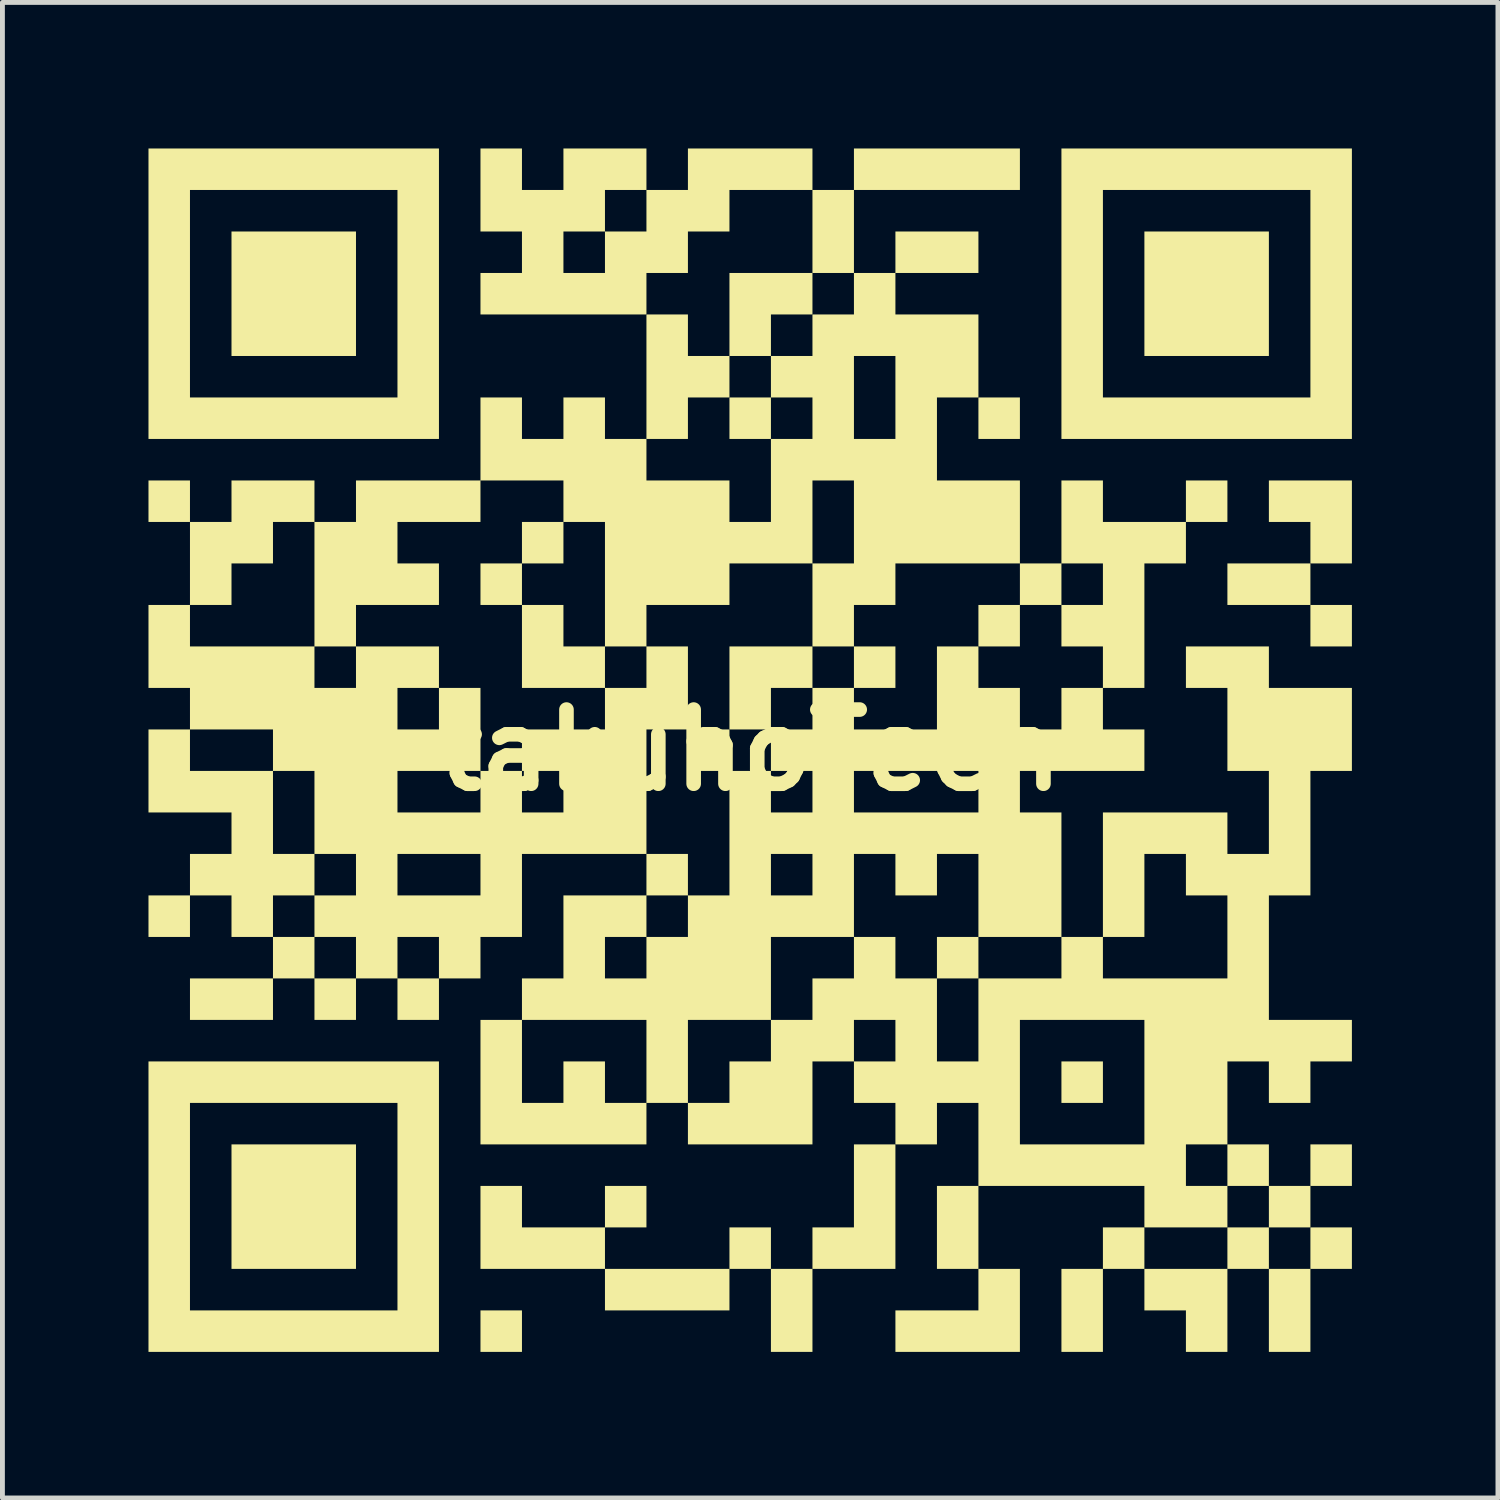
<source format=kicad_pcb>
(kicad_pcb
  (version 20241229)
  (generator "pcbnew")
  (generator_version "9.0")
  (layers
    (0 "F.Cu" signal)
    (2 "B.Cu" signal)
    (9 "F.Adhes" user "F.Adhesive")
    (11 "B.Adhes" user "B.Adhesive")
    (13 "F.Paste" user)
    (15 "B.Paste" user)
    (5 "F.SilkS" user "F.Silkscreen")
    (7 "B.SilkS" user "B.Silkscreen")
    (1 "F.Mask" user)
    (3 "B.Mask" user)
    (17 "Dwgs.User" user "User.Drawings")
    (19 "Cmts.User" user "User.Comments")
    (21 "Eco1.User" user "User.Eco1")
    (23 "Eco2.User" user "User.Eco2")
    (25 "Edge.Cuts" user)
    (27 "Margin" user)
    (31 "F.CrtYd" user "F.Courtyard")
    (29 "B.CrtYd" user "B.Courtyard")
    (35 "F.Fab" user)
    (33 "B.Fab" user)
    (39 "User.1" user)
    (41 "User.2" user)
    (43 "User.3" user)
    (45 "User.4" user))
  (footprint "takuhoTech"
    (layer "F.Cu")
    (at 12.359 12.359)
    (property "Reference" "takuhoTech" (at 0 0 0) (layer "F.SilkS") (effects (font (size 1.524 1.524) (thickness 0.3))))
    (attr board_only exclude_from_pos_files exclude_from_bom)
    (fp_poly (pts (xy -11.507 -4.688) (xy -12.359 -4.688) (xy -12.359 -5.54) (xy -11.507 -5.54)) (stroke (width 0) (type solid)) (fill yes) (layer "F.SilkS"))
    (fp_poly (pts (xy -11.507 3.836) (xy -12.359 3.836) (xy -12.359 2.983) (xy -11.507 2.983)) (stroke (width 0) (type solid)) (fill yes) (layer "F.SilkS"))
    (fp_poly (pts (xy -9.802 5.54) (xy -11.507 5.54) (xy -11.507 4.688) (xy -9.802 4.688)) (stroke (width 0) (type solid)) (fill yes) (layer "F.SilkS"))
    (fp_poly (pts (xy -8.097 -8.097) (xy -10.654 -8.097) (xy -10.654 -10.654) (xy -8.097 -10.654)) (stroke (width 0) (type solid)) (fill yes) (layer "F.SilkS"))
    (fp_poly (pts (xy -8.097 10.654) (xy -10.654 10.654) (xy -10.654 8.097) (xy -8.097 8.097)) (stroke (width 0) (type solid)) (fill yes) (layer "F.SilkS"))
    (fp_poly (pts (xy -4.688 -2.983) (xy -5.54 -2.983) (xy -5.54 -3.836) (xy -4.688 -3.836)) (stroke (width 0) (type solid)) (fill yes) (layer "F.SilkS"))
    (fp_poly (pts (xy -4.688 12.359) (xy -5.54 12.359) (xy -5.54 11.507) (xy -4.688 11.507)) (stroke (width 0) (type solid)) (fill yes) (layer "F.SilkS"))
    (fp_poly (pts (xy -3.836 -3.836) (xy -4.688 -3.836) (xy -4.688 -4.688) (xy -3.836 -4.688)) (stroke (width 0) (type solid)) (fill yes) (layer "F.SilkS"))
    (fp_poly (pts (xy -2.131 9.802) (xy -2.983 9.802) (xy -2.983 8.95) (xy -2.131 8.95)) (stroke (width 0) (type solid)) (fill yes) (layer "F.SilkS"))
    (fp_poly (pts (xy -0.426 0.426) (xy -1.279 0.426) (xy -1.279 -0.426) (xy -0.426 -0.426)) (stroke (width 0) (type solid)) (fill yes) (layer "F.SilkS"))
    (fp_poly (pts (xy -0.426 11.507) (xy -2.983 11.507) (xy -2.983 10.654) (xy -0.426 10.654)) (stroke (width 0) (type solid)) (fill yes) (layer "F.SilkS"))
    (fp_poly (pts (xy 0.426 -6.393) (xy -0.426 -6.393) (xy -0.426 -7.245) (xy 0.426 -7.245)) (stroke (width 0) (type solid)) (fill yes) (layer "F.SilkS"))
    (fp_poly (pts (xy 0.426 10.654) (xy -0.426 10.654) (xy -0.426 9.802) (xy 0.426 9.802)) (stroke (width 0) (type solid)) (fill yes) (layer "F.SilkS"))
    (fp_poly (pts (xy 1.279 12.359) (xy 0.426 12.359) (xy 0.426 10.654) (xy 1.279 10.654)) (stroke (width 0) (type solid)) (fill yes) (layer "F.SilkS"))
    (fp_poly (pts (xy 2.983 -1.279) (xy 2.131 -1.279) (xy 2.131 -2.131) (xy 2.983 -2.131)) (stroke (width 0) (type solid)) (fill yes) (layer "F.SilkS"))
    (fp_poly (pts (xy 4.688 -9.802) (xy 2.983 -9.802) (xy 2.983 -10.654) (xy 4.688 -10.654)) (stroke (width 0) (type solid)) (fill yes) (layer "F.SilkS"))
    (fp_poly (pts (xy 4.688 4.688) (xy 3.836 4.688) (xy 3.836 3.836) (xy 4.688 3.836)) (stroke (width 0) (type solid)) (fill yes) (layer "F.SilkS"))
    (fp_poly (pts (xy 4.688 10.654) (xy 3.836 10.654) (xy 3.836 8.95) (xy 4.688 8.95)) (stroke (width 0) (type solid)) (fill yes) (layer "F.SilkS"))
    (fp_poly (pts (xy 5.54 -11.507) (xy 2.131 -11.507) (xy 2.131 -12.359) (xy 5.54 -12.359)) (stroke (width 0) (type solid)) (fill yes) (layer "F.SilkS"))
    (fp_poly (pts (xy 5.54 -6.393) (xy 4.688 -6.393) (xy 4.688 -7.245) (xy 5.54 -7.245)) (stroke (width 0) (type solid)) (fill yes) (layer "F.SilkS"))
    (fp_poly (pts (xy 5.54 -2.131) (xy 4.688 -2.131) (xy 4.688 -2.983) (xy 5.54 -2.983)) (stroke (width 0) (type solid)) (fill yes) (layer "F.SilkS"))
    (fp_poly (pts (xy 7.245 7.245) (xy 6.393 7.245) (xy 6.393 6.393) (xy 7.245 6.393)) (stroke (width 0) (type solid)) (fill yes) (layer "F.SilkS"))
    (fp_poly (pts (xy 7.245 12.359) (xy 6.393 12.359) (xy 6.393 10.654) (xy 7.245 10.654)) (stroke (width 0) (type solid)) (fill yes) (layer "F.SilkS"))
    (fp_poly (pts (xy 8.097 10.654) (xy 7.245 10.654) (xy 7.245 9.802) (xy 8.097 9.802)) (stroke (width 0) (type solid)) (fill yes) (layer "F.SilkS"))
    (fp_poly (pts (xy 9.802 -4.688) (xy 8.95 -4.688) (xy 8.95 -5.54) (xy 9.802 -5.54)) (stroke (width 0) (type solid)) (fill yes) (layer "F.SilkS"))
    (fp_poly (pts (xy 10.654 -8.097) (xy 8.097 -8.097) (xy 8.097 -10.654) (xy 10.654 -10.654)) (stroke (width 0) (type solid)) (fill yes) (layer "F.SilkS"))
    (fp_poly (pts (xy 10.654 8.95) (xy 9.802 8.95) (xy 9.802 8.097) (xy 10.654 8.097)) (stroke (width 0) (type solid)) (fill yes) (layer "F.SilkS"))
    (fp_poly (pts (xy 10.654 10.654) (xy 9.802 10.654) (xy 9.802 9.802) (xy 10.654 9.802)) (stroke (width 0) (type solid)) (fill yes) (layer "F.SilkS"))
    (fp_poly (pts (xy 11.507 -2.983) (xy 9.802 -2.983) (xy 9.802 -3.836) (xy 11.507 -3.836)) (stroke (width 0) (type solid)) (fill yes) (layer "F.SilkS"))
    (fp_poly (pts (xy 11.507 9.802) (xy 10.654 9.802) (xy 10.654 8.95) (xy 11.507 8.95)) (stroke (width 0) (type solid)) (fill yes) (layer "F.SilkS"))
    (fp_poly (pts (xy 11.507 12.359) (xy 10.654 12.359) (xy 10.654 10.654) (xy 11.507 10.654)) (stroke (width 0) (type solid)) (fill yes) (layer "F.SilkS"))
    (fp_poly (pts (xy 12.359 -2.131) (xy 11.507 -2.131) (xy 11.507 -2.983) (xy 12.359 -2.983)) (stroke (width 0) (type solid)) (fill yes) (layer "F.SilkS"))
    (fp_poly (pts (xy 12.359 8.95) (xy 11.507 8.95) (xy 11.507 8.097) (xy 12.359 8.097)) (stroke (width 0) (type solid)) (fill yes) (layer "F.SilkS"))
    (fp_poly (pts (xy 12.359 10.654) (xy 11.507 10.654) (xy 11.507 9.802) (xy 12.359 9.802)) (stroke (width 0) (type solid)) (fill yes) (layer "F.SilkS"))
    (fp_poly (pts (xy -4.688 9.802) (xy -2.983 9.802) (xy -2.983 10.654) (xy -5.54 10.654) (xy -5.54 8.95) (xy -4.688 8.95)) (stroke (width 0) (type solid)) (fill yes) (layer "F.SilkS"))
    (fp_poly (pts (xy -3.836 -2.131) (xy -2.983 -2.131) (xy -2.983 -1.279) (xy -4.688 -1.279) (xy -4.688 -2.983) (xy -3.836 -2.983)) (stroke (width 0) (type solid)) (fill yes) (layer "F.SilkS"))
    (fp_poly (pts (xy 1.279 -8.95) (xy 0.426 -8.95) (xy 0.426 -8.097) (xy -0.426 -8.097) (xy -0.426 -9.802) (xy 1.279 -9.802)) (stroke (width 0) (type solid)) (fill yes) (layer "F.SilkS"))
    (fp_poly (pts (xy 1.279 -1.279) (xy 0.426 -1.279) (xy 0.426 -0.426) (xy -0.426 -0.426) (xy -0.426 -2.131) (xy 1.279 -2.131)) (stroke (width 0) (type solid)) (fill yes) (layer "F.SilkS"))
    (fp_poly (pts (xy 2.983 10.654) (xy 1.279 10.654) (xy 1.279 9.802) (xy 2.131 9.802) (xy 2.131 8.097) (xy 2.983 8.097)) (stroke (width 0) (type solid)) (fill yes) (layer "F.SilkS"))
    (fp_poly (pts (xy 5.54 12.359) (xy 2.983 12.359) (xy 2.983 11.507) (xy 4.688 11.507) (xy 4.688 10.654) (xy 5.54 10.654)) (stroke (width 0) (type solid)) (fill yes) (layer "F.SilkS"))
    (fp_poly (pts (xy 9.802 12.359) (xy 8.95 12.359) (xy 8.95 11.507) (xy 8.097 11.507) (xy 8.097 10.654) (xy 9.802 10.654)) (stroke (width 0) (type solid)) (fill yes) (layer "F.SilkS"))
    (fp_poly (pts (xy 12.359 -3.836) (xy 11.507 -3.836) (xy 11.507 -4.688) (xy 10.654 -4.688) (xy 10.654 -5.54) (xy 12.359 -5.54)) (stroke (width 0) (type solid)) (fill yes) (layer "F.SilkS"))
    (fp_poly (pts (xy -6.393 -6.393) (xy -12.359 -6.393) (xy -12.359 -7.245) (xy -11.507 -7.245) (xy -7.245 -7.245) (xy -7.245 -11.507) (xy -11.507 -11.507) (xy -11.507 -7.245) (xy -12.359 -7.245) (xy -12.359 -12.359) (xy -6.393 -12.359)) (stroke (width 0) (type solid)) (fill yes) (layer "F.SilkS"))
    (fp_poly (pts (xy -6.393 12.359) (xy -12.359 12.359) (xy -12.359 11.507) (xy -11.507 11.507) (xy -7.245 11.507) (xy -7.245 7.245) (xy -11.507 7.245) (xy -11.507 11.507) (xy -12.359 11.507) (xy -12.359 6.393) (xy -6.393 6.393)) (stroke (width 0) (type solid)) (fill yes) (layer "F.SilkS"))
    (fp_poly (pts (xy 12.359 -6.393) (xy 6.393 -6.393) (xy 6.393 -7.245) (xy 7.245 -7.245) (xy 11.507 -7.245) (xy 11.507 -11.507) (xy 7.245 -11.507) (xy 7.245 -7.245) (xy 6.393 -7.245) (xy 6.393 -12.359) (xy 12.359 -12.359)) (stroke (width 0) (type solid)) (fill yes) (layer "F.SilkS"))
    (fp_poly (pts (xy 4.688 7.245) (xy 3.836 7.245) (xy 3.836 8.097) (xy 2.983 8.097) (xy 2.983 7.245) (xy 2.131 7.245) (xy 2.131 6.393) (xy 2.983 6.393) (xy 2.983 5.54) (xy 2.131 5.54) (xy 2.131 6.393) (xy 1.279 6.393) (xy 1.279 8.097) (xy -1.279 8.097) (xy -1.279 7.245) (xy -0.426 7.245) (xy -0.426 6.393) (xy 0.426 6.393) (xy 0.426 5.54) (xy 1.279 5.54) (xy 1.279 4.688) (xy 2.131 4.688) (xy 2.131 3.836) (xy 2.983 3.836) (xy 2.983 4.688) (xy 3.836 4.688) (xy 3.836 6.393) (xy 4.688 6.393) (xy 4.688 4.688) (xy 6.393 4.688) (xy 7.245 4.688) (xy 9.802 4.688) (xy 9.802 2.983) (xy 8.95 2.983) (xy 8.95 2.131) (xy 8.097 2.131) (xy 8.097 3.836) (xy 7.245 3.836) (xy 7.245 4.688) (xy 6.393 4.688) (xy 6.393 3.836) (xy 4.688 3.836) (xy 4.688 2.131) (xy 3.836 2.131) (xy 3.836 2.983) (xy 2.983 2.983) (xy 2.983 2.131) (xy 2.131 2.131) (xy 2.131 3.836) (xy 0.426 3.836) (xy 0.426 5.54) (xy -1.279 5.54) (xy -1.279 7.245) (xy -2.131 7.245) (xy -2.131 8.097) (xy -5.54 8.097) (xy -5.54 7.245) (xy -4.688 7.245) (xy -3.836 7.245) (xy -3.836 6.393) (xy -2.983 6.393) (xy -2.983 7.245) (xy -2.131 7.245) (xy -2.131 5.54) (xy -4.688 5.54) (xy -4.688 7.245) (xy -5.54 7.245) (xy -5.54 5.54) (xy -4.688 5.54) (xy -4.688 4.688) (xy -3.836 4.688) (xy -2.983 4.688) (xy -2.131 4.688) (xy -2.131 3.836) (xy -1.279 3.836) (xy -1.279 2.983) (xy -2.131 2.983) (xy -2.131 3.836) (xy -2.983 3.836) (xy -2.983 4.688) (xy -3.836 4.688) (xy -3.836 2.983) (xy -2.131 2.983) (xy -2.131 2.131) (xy -1.279 2.131) (xy -1.279 2.983) (xy -0.426 2.983) (xy 0.426 2.983) (xy 1.279 2.983) (xy 1.279 2.131) (xy 0.426 2.131) (xy 0.426 2.983) (xy -0.426 2.983) (xy -0.426 1.279) (xy 0.426 1.279) (xy 1.279 1.279) (xy 2.131 1.279) (xy 4.688 1.279) (xy 4.688 0.426) (xy 2.131 0.426) (xy 2.131 1.279) (xy 1.279 1.279) (xy 1.279 0.426) (xy 0.426 0.426) (xy 0.426 1.279) (xy -0.426 1.279) (xy -0.426 0.426) (xy 0.426 0.426) (xy 0.426 -0.426) (xy 1.279 -0.426) (xy 1.279 -1.279) (xy 2.131 -1.279) (xy 2.131 -0.426) (xy 3.836 -0.426) (xy 3.836 -2.131) (xy 4.688 -2.131) (xy 4.688 -1.279) (xy 5.54 -1.279) (xy 5.54 -0.426) (xy 6.393 -0.426) (xy 6.393 -1.279) (xy 7.245 -1.279) (xy 7.245 -2.131) (xy 6.393 -2.131) (xy 6.393 -2.983) (xy 7.245 -2.983) (xy 7.245 -3.836) (xy 6.393 -3.836) (xy 6.393 -2.983) (xy 5.54 -2.983) (xy 5.54 -3.836) (xy 2.983 -3.836) (xy 2.983 -2.983) (xy 2.131 -2.983) (xy 2.131 -2.131) (xy 1.279 -2.131) (xy 1.279 -3.836) (xy 2.131 -3.836) (xy 2.131 -5.54) (xy 1.279 -5.54) (xy 1.279 -3.836) (xy -0.426 -3.836) (xy -0.426 -2.983) (xy -2.131 -2.983) (xy -2.131 -2.131) (xy -1.279 -2.131) (xy -1.279 -0.426) (xy -2.131 -0.426) (xy -2.131 2.131) (xy -4.688 2.131) (xy -4.688 3.836) (xy -5.54 3.836) (xy -5.54 4.688) (xy -6.393 4.688) (xy -6.393 5.54) (xy -7.245 5.54) (xy -7.245 4.688) (xy -6.393 4.688) (xy -6.393 3.836) (xy -7.245 3.836) (xy -7.245 4.688) (xy -8.097 4.688) (xy -8.097 5.54) (xy -8.95 5.54) (xy -8.95 4.688) (xy -8.097 4.688) (xy -8.097 3.836) (xy -8.95 3.836) (xy -8.95 4.688) (xy -9.802 4.688) (xy -9.802 3.836) (xy -8.95 3.836) (xy -8.95 2.983) (xy -8.097 2.983) (xy -7.245 2.983) (xy -5.54 2.983) (xy -5.54 2.131) (xy -7.245 2.131) (xy -7.245 2.983) (xy -8.097 2.983) (xy -8.097 2.131) (xy -8.95 2.131) (xy -8.95 2.983) (xy -9.802 2.983) (xy -9.802 3.836) (xy -10.654 3.836) (xy -10.654 2.983) (xy -11.507 2.983) (xy -11.507 2.131) (xy -10.654 2.131) (xy -9.802 2.131) (xy -8.95 2.131) (xy -8.95 1.279) (xy -7.245 1.279) (xy -5.54 1.279) (xy -4.688 1.279) (xy -3.836 1.279) (xy -3.836 0.426) (xy -4.688 0.426) (xy -4.688 1.279) (xy -5.54 1.279) (xy -5.54 0.426) (xy -7.245 0.426) (xy -7.245 1.279) (xy -8.95 1.279) (xy -8.95 0.426) (xy -9.802 0.426) (xy -9.802 2.131) (xy -10.654 2.131) (xy -10.654 1.279) (xy -12.359 1.279) (xy -12.359 0.426) (xy -11.507 0.426) (xy -9.802 0.426) (xy -9.802 -0.426) (xy -7.245 -0.426) (xy -6.393 -0.426) (xy -6.393 -1.279) (xy -7.245 -1.279) (xy -7.245 -0.426) (xy -9.802 -0.426) (xy -11.507 -0.426) (xy -11.507 0.426) (xy -12.359 0.426) (xy -12.359 -0.426) (xy -11.507 -0.426) (xy -11.507 -1.279) (xy -8.95 -1.279) (xy -8.097 -1.279) (xy -8.097 -2.131) (xy -6.393 -2.131) (xy -6.393 -1.279) (xy -5.54 -1.279) (xy -5.54 0.426) (xy -4.688 0.426) (xy -4.688 -0.426) (xy -2.983 -0.426) (xy -2.983 -1.279) (xy -2.131 -1.279) (xy -2.131 -2.131) (xy -2.983 -2.131) (xy -2.983 -4.688) (xy -3.836 -4.688) (xy -3.836 -5.54) (xy -2.131 -5.54) (xy -0.426 -5.54) (xy -0.426 -4.688) (xy 0.426 -4.688) (xy 0.426 -6.393) (xy 1.279 -6.393) (xy 2.131 -6.393) (xy 2.983 -6.393) (xy 2.983 -8.097) (xy 2.131 -8.097) (xy 2.131 -6.393) (xy 1.279 -6.393) (xy 1.279 -7.245) (xy 0.426 -7.245) (xy 0.426 -8.097) (xy 1.279 -8.097) (xy 1.279 -8.95) (xy 2.131 -8.95) (xy 2.131 -9.802) (xy 1.279 -9.802) (xy 1.279 -11.507) (xy -0.426 -11.507) (xy -0.426 -10.654) (xy -1.279 -10.654) (xy -1.279 -9.802) (xy -2.131 -9.802) (xy -2.131 -8.95) (xy -1.279 -8.95) (xy -1.279 -8.097) (xy -0.426 -8.097) (xy -0.426 -7.245) (xy -1.279 -7.245) (xy -1.279 -6.393) (xy -2.131 -6.393) (xy -2.131 -5.54) (xy -3.836 -5.54) (xy -5.54 -5.54) (xy -5.54 -4.688) (xy -7.245 -4.688) (xy -7.245 -3.836) (xy -6.393 -3.836) (xy -6.393 -2.983) (xy -8.097 -2.983) (xy -8.097 -2.131) (xy -8.95 -2.131) (xy -8.95 -1.279) (xy -11.507 -1.279) (xy -12.359 -1.279) (xy -12.359 -2.131) (xy -11.507 -2.131) (xy -8.95 -2.131) (xy -8.95 -4.688) (xy -9.802 -4.688) (xy -9.802 -3.836) (xy -10.654 -3.836) (xy -10.654 -2.983) (xy -11.507 -2.983) (xy -11.507 -2.131) (xy -12.359 -2.131) (xy -12.359 -2.983) (xy -11.507 -2.983) (xy -11.507 -4.688) (xy -10.654 -4.688) (xy -10.654 -5.54) (xy -8.95 -5.54) (xy -8.95 -4.688) (xy -8.097 -4.688) (xy -8.097 -5.54) (xy -5.54 -5.54) (xy -5.54 -7.245) (xy -4.688 -7.245) (xy -4.688 -6.393) (xy -3.836 -6.393) (xy -3.836 -7.245) (xy -2.983 -7.245) (xy -2.983 -6.393) (xy -2.131 -6.393) (xy -2.131 -8.95) (xy -5.54 -8.95) (xy -5.54 -9.802) (xy -4.688 -9.802) (xy -3.836 -9.802) (xy -2.983 -9.802) (xy -2.983 -10.654) (xy -2.131 -10.654) (xy -2.131 -11.507) (xy -2.983 -11.507) (xy -2.983 -10.654) (xy -3.836 -10.654) (xy -3.836 -9.802) (xy -4.688 -9.802) (xy -4.688 -10.654) (xy -5.54 -10.654) (xy -5.54 -12.359) (xy -4.688 -12.359) (xy -4.688 -11.507) (xy -3.836 -11.507) (xy -3.836 -12.359) (xy -2.131 -12.359) (xy -2.131 -11.507) (xy -1.279 -11.507) (xy -1.279 -12.359) (xy 1.279 -12.359) (xy 1.279 -11.507) (xy 2.131 -11.507) (xy 2.131 -9.802) (xy 2.983 -9.802) (xy 2.983 -8.95) (xy 4.688 -8.95) (xy 4.688 -7.245) (xy 3.836 -7.245) (xy 3.836 -5.54) (xy 5.54 -5.54) (xy 5.54 -3.836) (xy 6.393 -3.836) (xy 6.393 -5.54) (xy 7.245 -5.54) (xy 7.245 -4.688) (xy 8.95 -4.688) (xy 8.95 -3.836) (xy 8.097 -3.836) (xy 8.097 -1.279) (xy 7.245 -1.279) (xy 7.245 -0.426) (xy 8.097 -0.426) (xy 8.097 0.426) (xy 5.54 0.426) (xy 5.54 1.279) (xy 6.393 1.279) (xy 6.393 3.836) (xy 7.245 3.836) (xy 7.245 1.279) (xy 9.802 1.279) (xy 9.802 2.131) (xy 10.654 2.131) (xy 10.654 0.426) (xy 9.802 0.426) (xy 9.802 -1.279) (xy 8.95 -1.279) (xy 8.95 -2.131) (xy 10.654 -2.131) (xy 10.654 -1.279) (xy 12.359 -1.279) (xy 12.359 0.426) (xy 11.507 0.426) (xy 11.507 2.983) (xy 10.654 2.983) (xy 10.654 5.54) (xy 12.359 5.54) (xy 12.359 6.393) (xy 11.507 6.393) (xy 11.507 7.245) (xy 10.654 7.245) (xy 10.654 6.393) (xy 9.802 6.393) (xy 9.802 8.097) (xy 8.95 8.097) (xy 8.95 8.95) (xy 9.802 8.95) (xy 9.802 9.802) (xy 8.097 9.802) (xy 8.097 8.95) (xy 4.688 8.95) (xy 4.688 8.097) (xy 5.54 8.097) (xy 8.097 8.097) (xy 8.097 5.54) (xy 5.54 5.54) (xy 5.54 8.097) (xy 4.688 8.097)) (stroke (width 0) (type solid)) (fill yes) (layer "F.SilkS")))
  (gr_rect
    (start -3 -3)
    (end 27.718 27.718)
    (stroke (width 0.1) (type default))
    (fill no)
    (layer "Edge.Cuts")))
</source>
